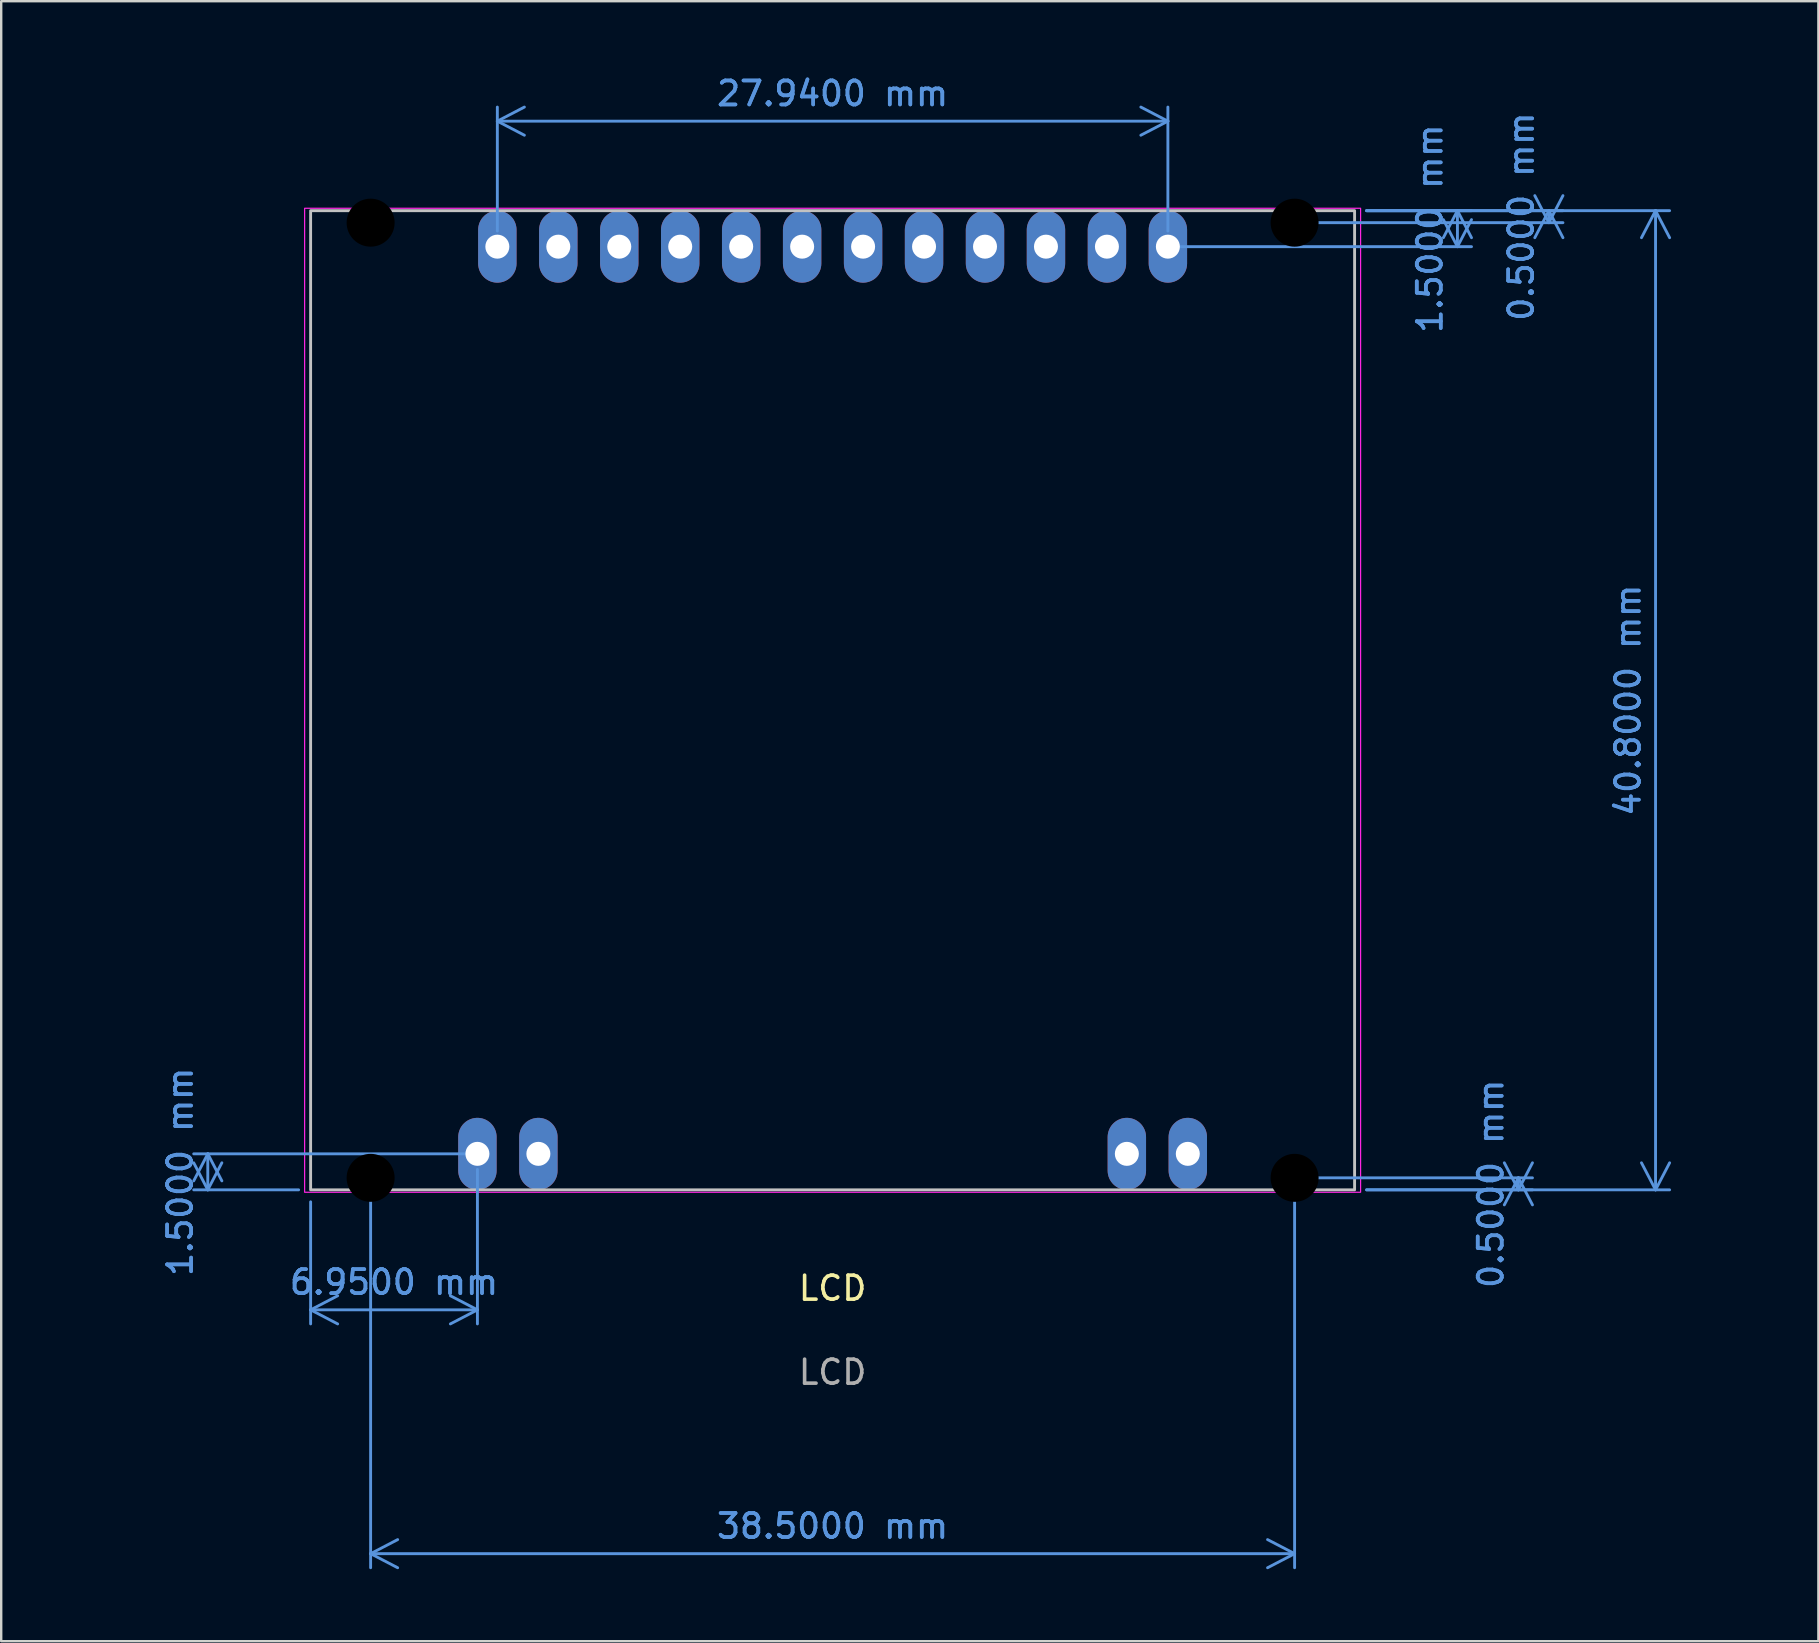
<source format=kicad_pcb>
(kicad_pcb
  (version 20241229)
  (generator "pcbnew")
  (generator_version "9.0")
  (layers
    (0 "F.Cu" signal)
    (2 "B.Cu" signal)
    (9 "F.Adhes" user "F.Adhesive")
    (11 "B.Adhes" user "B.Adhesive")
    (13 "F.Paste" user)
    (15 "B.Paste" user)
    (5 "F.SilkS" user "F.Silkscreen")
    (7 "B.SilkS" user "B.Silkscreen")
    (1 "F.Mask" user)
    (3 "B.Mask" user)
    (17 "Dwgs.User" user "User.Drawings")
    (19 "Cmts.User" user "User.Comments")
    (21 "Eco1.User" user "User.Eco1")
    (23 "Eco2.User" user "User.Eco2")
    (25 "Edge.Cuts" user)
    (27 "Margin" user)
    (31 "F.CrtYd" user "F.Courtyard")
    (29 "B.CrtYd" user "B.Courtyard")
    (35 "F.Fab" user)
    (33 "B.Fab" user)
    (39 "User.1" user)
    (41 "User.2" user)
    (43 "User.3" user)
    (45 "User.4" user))
  (footprint "LCD"
    (layer "F.Cu")
    (at 31.643 26.128)
    (property "Reference" "LCD" (at 0 24.5 0) (unlocked yes) (layer "F.SilkS") (effects (font (size 1 1) (thickness 0.15))))
    (attr smd)
    (fp_rect (start -21.75 -20.4) (end 21.75 20.4) (stroke (width 0.12) (type default)) (fill no) (layer "Dwgs.User"))
    (fp_rect (start -22 -20.5) (end 22 20.5) (stroke (width 0.05) (type default)) (fill no) (layer "F.CrtYd"))
    (fp_text user "${REFERENCE}" (at 0 28 0) (unlocked yes) (layer "F.Fab") (effects (font (size 1 1) (thickness 0.15))))
    (dimension (type aligned) (layer "Cmts.User") (pts (xy 53.393 5.728) (xy 53.393 46.528)) (height -12.54) (format (prefix "") (suffix "") (units 3) (units_format 1) (precision 4)) (style (thickness 0.12) (arrow_length 1.27) (text_position_mode 0) (arrow_direction outward) (extension_height 0.586) (extension_offset 0.5) (keep_text_aligned yes)) (gr_text "40.8000 mm" (at 64.783 26.128 90) (layer "Cmts.User") (effects (font (size 1 1) (thickness 0.15)))))
    (dimension (type aligned) (layer "Cmts.User") (pts (xy 17.673 7.078) (xy 45.613 7.078)) (height -5.08) (format (prefix "") (suffix "") (units 3) (units_format 1) (precision 4)) (style (thickness 0.12) (arrow_length 1.27) (text_position_mode 0) (arrow_direction outward) (extension_height 0.586) (extension_offset 0.5) (keep_text_aligned yes)) (gr_text "27.9400 mm" (at 31.643 0.848 0) (layer "Cmts.User") (effects (font (size 1 1) (thickness 0.15)))))
    (dimension (type orthogonal) (layer "Cmts.User") (pts (xy 50.893 6.228) (xy 53.393 5.728)) (height 10.595) (orientation 1) (format (prefix "") (suffix "") (units 3) (units_format 1) (precision 4)) (style (thickness 0.12) (arrow_length 1.27) (text_position_mode 0) (arrow_direction outward) (extension_height 0.586) (extension_offset 0.5) (keep_text_aligned yes)) (gr_text "0.5000 mm" (at 60.338 5.978 90) (layer "Cmts.User") (effects (font (size 1 1) (thickness 0.15)))))
    (dimension (type orthogonal) (layer "Cmts.User") (pts (xy 16.843 45.028) (xy 9.893 46.528)) (height -11.235) (orientation 1) (format (prefix "") (suffix "") (units 3) (units_format 1) (precision 4)) (style (thickness 0.12) (arrow_length 1.27) (text_position_mode 0) (arrow_direction outward) (extension_height 0.586) (extension_offset 0.5) (keep_text_aligned yes)) (gr_text "1.5000 mm" (at 4.458 45.778 90) (layer "Cmts.User") (effects (font (size 1 1) (thickness 0.15)))))
    (dimension (type orthogonal) (layer "Cmts.User") (pts (xy 45.613 7.228) (xy 53.393 5.728)) (height 12.065) (orientation 1) (format (prefix "") (suffix "") (units 3) (units_format 1) (precision 4)) (style (thickness 0.12) (arrow_length 1.27) (text_position_mode 0) (arrow_direction outward) (extension_height 0.586) (extension_offset 0.5) (keep_text_aligned yes)) (gr_text "1.5000 mm" (at 56.528 6.478 90) (layer "Cmts.User") (effects (font (size 1 1) (thickness 0.15)))))
    (dimension (type orthogonal) (layer "Cmts.User") (pts (xy 50.893 46.028) (xy 53.393 46.528)) (height 9.325) (orientation 1) (format (prefix "") (suffix "") (units 3) (units_format 1) (precision 4)) (style (thickness 0.12) (arrow_length 1.27) (text_position_mode 0) (arrow_direction outward) (extension_height 0.586) (extension_offset 0.5) (keep_text_aligned yes)) (gr_text "0.5000 mm" (at 59.068 46.278 90) (layer "Cmts.User") (effects (font (size 1 1) (thickness 0.15)))))
    (dimension (type orthogonal) (layer "Cmts.User") (pts (xy 16.843 45.178) (xy 9.893 46.528)) (height 6.35) (orientation 0) (format (prefix "") (suffix "") (units 3) (units_format 1) (precision 4)) (style (thickness 0.12) (arrow_length 1.27) (text_position_mode 0) (arrow_direction outward) (extension_height 0.586) (extension_offset 0.5) (keep_text_aligned yes)) (gr_text "6.9500 mm" (at 13.368 50.378 0) (layer "Cmts.User") (effects (font (size 1 1) (thickness 0.15)))))
    (dimension (type orthogonal) (layer "Cmts.User") (pts (xy 50.893 46.028) (xy 12.393 46.028)) (height 15.66) (orientation 0) (format (prefix "") (suffix "") (units 3) (units_format 1) (precision 4)) (style (thickness 0.12) (arrow_length 1.27) (text_position_mode 0) (arrow_direction outward) (extension_height 0.586) (extension_offset 0.5) (keep_text_aligned yes)) (gr_text "38.5000 mm" (at 31.643 60.538 0) (layer "Cmts.User") (effects (font (size 1 1) (thickness 0.15)))))
    (pad "" np_thru_hole circle (at -19.25 -19.9 90) (size 2.4 2.4) (drill 2) (layers "*.Mask"))
    (pad "" np_thru_hole circle (at -19.25 19.9 90) (size 2.4 2.4) (drill 2) (layers "*.Mask"))
    (pad "" np_thru_hole circle (at 19.25 -19.9 90) (size 2.4 2.4) (drill 2) (layers "*.Mask"))
    (pad "" np_thru_hole circle (at 19.25 19.9 90) (size 2.4 2.4) (drill 2) (layers "*.Mask"))
    (pad "1" thru_hole oval (at 13.97 -18.9) (size 1.6 3) (drill 1) (layers "*.Cu" "*.Mask"))
    (pad "2" thru_hole oval (at 11.43 -18.9) (size 1.6 3) (drill 1) (layers "*.Cu" "*.Mask"))
    (pad "3" thru_hole oval (at 8.89 -18.9) (size 1.6 3) (drill 1) (layers "*.Cu" "*.Mask"))
    (pad "4" thru_hole oval (at 6.35 -18.9) (size 1.6 3) (drill 1) (layers "*.Cu" "*.Mask"))
    (pad "5" thru_hole oval (at 3.81 -18.9) (size 1.6 3) (drill 1) (layers "*.Cu" "*.Mask"))
    (pad "6" thru_hole oval (at 1.27 -18.9) (size 1.6 3) (drill 1) (layers "*.Cu" "*.Mask"))
    (pad "7" thru_hole oval (at -1.27 -18.9) (size 1.6 3) (drill 1) (layers "*.Cu" "*.Mask"))
    (pad "8" thru_hole oval (at -3.81 -18.9) (size 1.6 3) (drill 1) (layers "*.Cu" "*.Mask"))
    (pad "9" thru_hole oval (at -6.35 -18.9) (size 1.6 3) (drill 1) (layers "*.Cu" "*.Mask"))
    (pad "10" thru_hole oval (at -8.89 -18.9) (size 1.6 3) (drill 1) (layers "*.Cu" "*.Mask"))
    (pad "11" thru_hole oval (at -11.43 -18.9) (size 1.6 3) (drill 1) (layers "*.Cu" "*.Mask"))
    (pad "12" thru_hole oval (at -13.97 -18.9) (size 1.6 3) (drill 1) (layers "*.Cu" "*.Mask"))
    (pad "NC" thru_hole oval (at -14.8 18.9) (size 1.6 3) (drill 1) (layers "*.Cu" "*.Mask"))
    (pad "NC" thru_hole oval (at -12.26 18.9) (size 1.6 3) (drill 1) (layers "*.Cu" "*.Mask"))
    (pad "NC" thru_hole oval (at 12.26 18.9) (size 1.6 3) (drill 1) (layers "*.Cu" "*.Mask"))
    (pad "NC" thru_hole oval (at 14.8 18.9) (size 1.6 3) (drill 1) (layers "*.Cu" "*.Mask")))
  (gr_rect
    (start -3 -3)
    (end 72.718 65.335)
    (stroke (width 0.1) (type default))
    (fill no)
    (layer "Edge.Cuts")))
</source>
